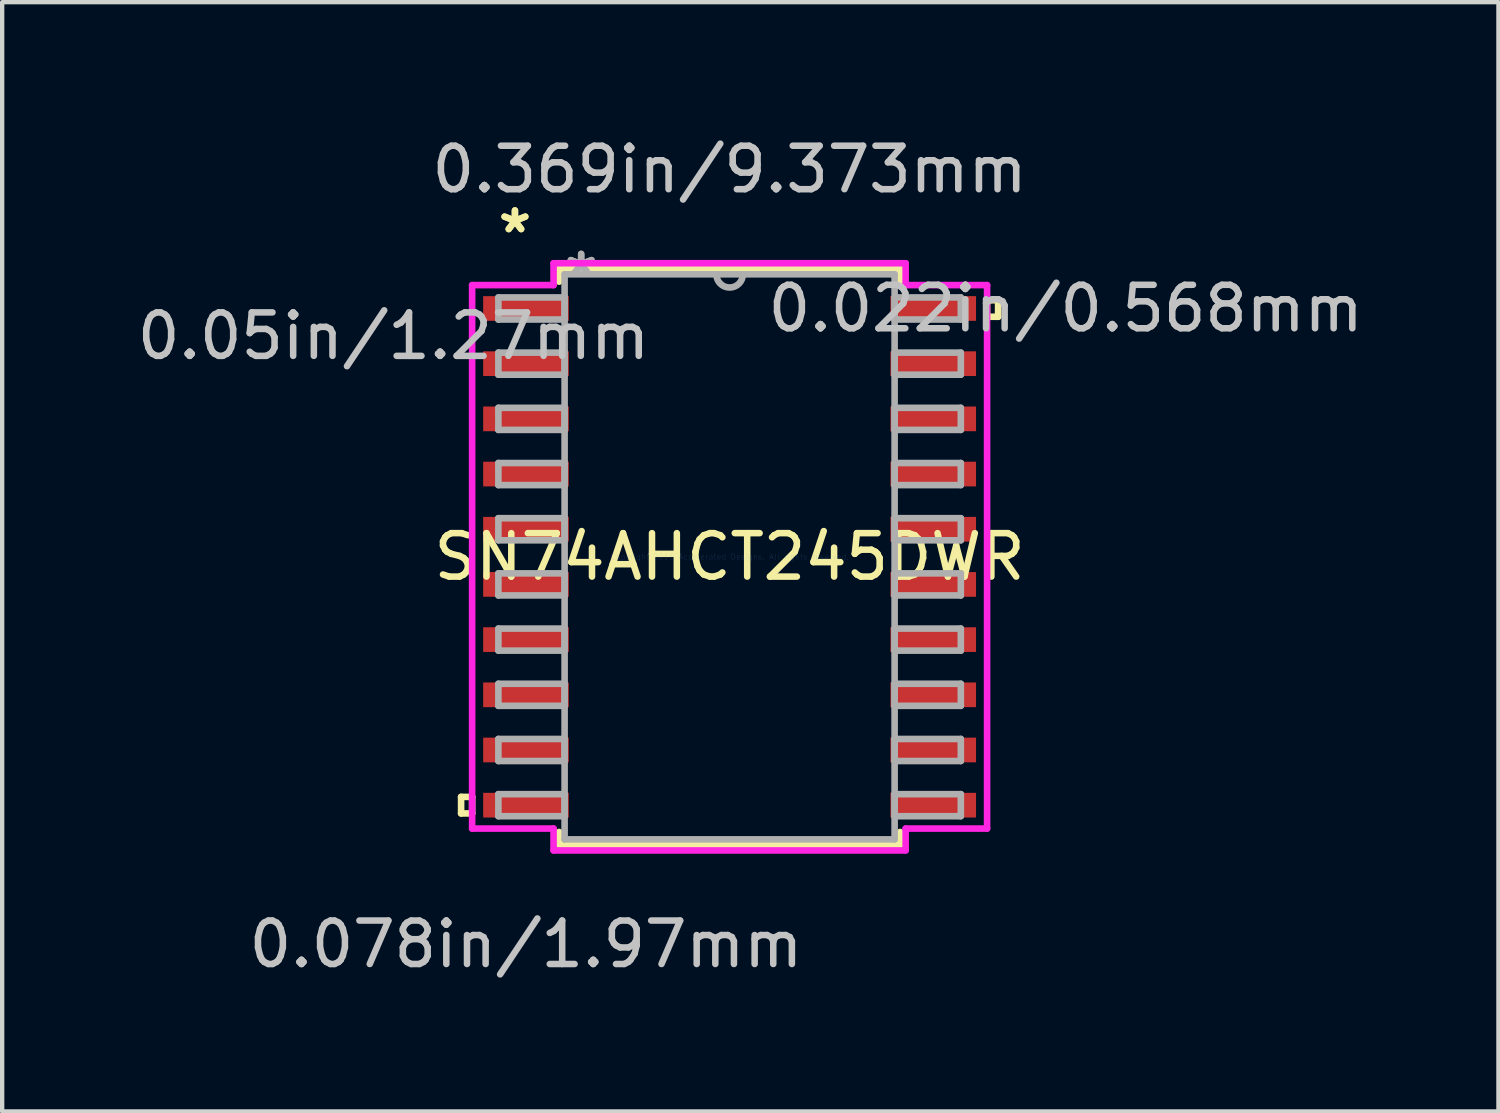
<source format=kicad_pcb>
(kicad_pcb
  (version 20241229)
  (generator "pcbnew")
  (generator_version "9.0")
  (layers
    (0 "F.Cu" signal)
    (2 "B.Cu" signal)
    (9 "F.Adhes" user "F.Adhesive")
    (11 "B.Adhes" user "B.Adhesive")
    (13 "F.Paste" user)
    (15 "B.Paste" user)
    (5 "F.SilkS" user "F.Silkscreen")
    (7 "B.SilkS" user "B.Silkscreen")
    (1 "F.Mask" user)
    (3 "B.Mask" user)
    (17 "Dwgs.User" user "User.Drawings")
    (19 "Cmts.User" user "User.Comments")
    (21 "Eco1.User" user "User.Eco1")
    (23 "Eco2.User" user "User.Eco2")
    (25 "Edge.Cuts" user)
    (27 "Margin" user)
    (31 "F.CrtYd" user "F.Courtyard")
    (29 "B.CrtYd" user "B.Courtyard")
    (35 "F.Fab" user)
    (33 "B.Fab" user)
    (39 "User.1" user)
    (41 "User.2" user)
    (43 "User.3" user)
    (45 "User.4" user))
  (footprint "SN74AHCT245DWR"
    (layer "F.Cu")
    (at 13.74 9.764)
    (property "Reference" "SN74AHCT245DWR" (at 0 0 0) (layer "F.SilkS") (effects (font (size 1 1) (thickness 0.15))))
    (attr through_hole)
    (fp_line (start -6.179 5.524) (end -6.179 5.905) (stroke (width 0.152) (type solid)) (layer "F.SilkS"))
    (fp_line (start -6.179 5.905) (end -5.925 5.905) (stroke (width 0.152) (type solid)) (layer "F.SilkS"))
    (fp_line (start -5.925 5.524) (end -6.179 5.524) (stroke (width 0.152) (type solid)) (layer "F.SilkS"))
    (fp_line (start -5.925 5.905) (end -5.925 5.524) (stroke (width 0.152) (type solid)) (layer "F.SilkS"))
    (fp_line (start -3.924 -6.629) (end -3.924 -6.332) (stroke (width 0.152) (type solid)) (layer "F.SilkS"))
    (fp_line (start -3.924 6.332) (end -3.924 6.629) (stroke (width 0.152) (type solid)) (layer "F.SilkS"))
    (fp_line (start -3.924 6.629) (end 3.924 6.629) (stroke (width 0.152) (type solid)) (layer "F.SilkS"))
    (fp_line (start 3.924 -6.629) (end -3.924 -6.629) (stroke (width 0.152) (type solid)) (layer "F.SilkS"))
    (fp_line (start 3.924 -6.332) (end 3.924 -6.629) (stroke (width 0.152) (type solid)) (layer "F.SilkS"))
    (fp_line (start 3.924 6.629) (end 3.924 6.332) (stroke (width 0.152) (type solid)) (layer "F.SilkS"))
    (fp_line (start 5.925 -5.905) (end 6.179 -5.905) (stroke (width 0.152) (type solid)) (layer "F.SilkS"))
    (fp_line (start 5.925 -5.524) (end 5.925 -5.905) (stroke (width 0.152) (type solid)) (layer "F.SilkS"))
    (fp_line (start 6.179 -5.905) (end 6.179 -5.524) (stroke (width 0.152) (type solid)) (layer "F.SilkS"))
    (fp_line (start 6.179 -5.524) (end 5.925 -5.524) (stroke (width 0.152) (type solid)) (layer "F.SilkS"))
    (fp_line (start -5.925 -6.253) (end -4.051 -6.253) (stroke (width 0.152) (type solid)) (layer "F.CrtYd"))
    (fp_line (start -5.925 6.253) (end -5.925 -6.253) (stroke (width 0.152) (type solid)) (layer "F.CrtYd"))
    (fp_line (start -4.051 -6.756) (end 4.051 -6.756) (stroke (width 0.152) (type solid)) (layer "F.CrtYd"))
    (fp_line (start -4.051 -6.253) (end -4.051 -6.756) (stroke (width 0.152) (type solid)) (layer "F.CrtYd"))
    (fp_line (start -4.051 6.253) (end -5.925 6.253) (stroke (width 0.152) (type solid)) (layer "F.CrtYd"))
    (fp_line (start -4.051 6.756) (end -4.051 6.253) (stroke (width 0.152) (type solid)) (layer "F.CrtYd"))
    (fp_line (start 4.051 -6.756) (end 4.051 -6.253) (stroke (width 0.152) (type solid)) (layer "F.CrtYd"))
    (fp_line (start 4.051 -6.253) (end 5.925 -6.253) (stroke (width 0.152) (type solid)) (layer "F.CrtYd"))
    (fp_line (start 4.051 6.253) (end 4.051 6.756) (stroke (width 0.152) (type solid)) (layer "F.CrtYd"))
    (fp_line (start 4.051 6.756) (end -4.051 6.756) (stroke (width 0.152) (type solid)) (layer "F.CrtYd"))
    (fp_line (start 5.925 -6.253) (end 5.925 6.253) (stroke (width 0.152) (type solid)) (layer "F.CrtYd"))
    (fp_line (start 5.925 6.253) (end 4.051 6.253) (stroke (width 0.152) (type solid)) (layer "F.CrtYd"))
    (fp_line (start -5.321 -5.969) (end -5.321 -5.461) (stroke (width 0.152) (type solid)) (layer "F.Fab"))
    (fp_line (start -5.321 -5.461) (end -3.797 -5.461) (stroke (width 0.152) (type solid)) (layer "F.Fab"))
    (fp_line (start -5.321 -4.699) (end -5.321 -4.191) (stroke (width 0.152) (type solid)) (layer "F.Fab"))
    (fp_line (start -5.321 -4.191) (end -3.797 -4.191) (stroke (width 0.152) (type solid)) (layer "F.Fab"))
    (fp_line (start -5.321 -3.429) (end -5.321 -2.921) (stroke (width 0.152) (type solid)) (layer "F.Fab"))
    (fp_line (start -5.321 -2.921) (end -3.797 -2.921) (stroke (width 0.152) (type solid)) (layer "F.Fab"))
    (fp_line (start -5.321 -2.159) (end -5.321 -1.651) (stroke (width 0.152) (type solid)) (layer "F.Fab"))
    (fp_line (start -5.321 -1.651) (end -3.797 -1.651) (stroke (width 0.152) (type solid)) (layer "F.Fab"))
    (fp_line (start -5.321 -0.889) (end -5.321 -0.381) (stroke (width 0.152) (type solid)) (layer "F.Fab"))
    (fp_line (start -5.321 -0.381) (end -3.797 -0.381) (stroke (width 0.152) (type solid)) (layer "F.Fab"))
    (fp_line (start -5.321 0.381) (end -5.321 0.889) (stroke (width 0.152) (type solid)) (layer "F.Fab"))
    (fp_line (start -5.321 0.889) (end -3.797 0.889) (stroke (width 0.152) (type solid)) (layer "F.Fab"))
    (fp_line (start -5.321 1.651) (end -5.321 2.159) (stroke (width 0.152) (type solid)) (layer "F.Fab"))
    (fp_line (start -5.321 2.159) (end -3.797 2.159) (stroke (width 0.152) (type solid)) (layer "F.Fab"))
    (fp_line (start -5.321 2.921) (end -5.321 3.429) (stroke (width 0.152) (type solid)) (layer "F.Fab"))
    (fp_line (start -5.321 3.429) (end -3.797 3.429) (stroke (width 0.152) (type solid)) (layer "F.Fab"))
    (fp_line (start -5.321 4.191) (end -5.321 4.699) (stroke (width 0.152) (type solid)) (layer "F.Fab"))
    (fp_line (start -5.321 4.699) (end -3.797 4.699) (stroke (width 0.152) (type solid)) (layer "F.Fab"))
    (fp_line (start -5.321 5.461) (end -5.321 5.969) (stroke (width 0.152) (type solid)) (layer "F.Fab"))
    (fp_line (start -5.321 5.969) (end -3.797 5.969) (stroke (width 0.152) (type solid)) (layer "F.Fab"))
    (fp_line (start -3.797 -6.502) (end -3.797 6.502) (stroke (width 0.152) (type solid)) (layer "F.Fab"))
    (fp_line (start -3.797 -5.969) (end -5.321 -5.969) (stroke (width 0.152) (type solid)) (layer "F.Fab"))
    (fp_line (start -3.797 -5.461) (end -3.797 -5.969) (stroke (width 0.152) (type solid)) (layer "F.Fab"))
    (fp_line (start -3.797 -4.699) (end -5.321 -4.699) (stroke (width 0.152) (type solid)) (layer "F.Fab"))
    (fp_line (start -3.797 -4.191) (end -3.797 -4.699) (stroke (width 0.152) (type solid)) (layer "F.Fab"))
    (fp_line (start -3.797 -3.429) (end -5.321 -3.429) (stroke (width 0.152) (type solid)) (layer "F.Fab"))
    (fp_line (start -3.797 -2.921) (end -3.797 -3.429) (stroke (width 0.152) (type solid)) (layer "F.Fab"))
    (fp_line (start -3.797 -2.159) (end -5.321 -2.159) (stroke (width 0.152) (type solid)) (layer "F.Fab"))
    (fp_line (start -3.797 -1.651) (end -3.797 -2.159) (stroke (width 0.152) (type solid)) (layer "F.Fab"))
    (fp_line (start -3.797 -0.889) (end -5.321 -0.889) (stroke (width 0.152) (type solid)) (layer "F.Fab"))
    (fp_line (start -3.797 -0.381) (end -3.797 -0.889) (stroke (width 0.152) (type solid)) (layer "F.Fab"))
    (fp_line (start -3.797 0.381) (end -5.321 0.381) (stroke (width 0.152) (type solid)) (layer "F.Fab"))
    (fp_line (start -3.797 0.889) (end -3.797 0.381) (stroke (width 0.152) (type solid)) (layer "F.Fab"))
    (fp_line (start -3.797 1.651) (end -5.321 1.651) (stroke (width 0.152) (type solid)) (layer "F.Fab"))
    (fp_line (start -3.797 2.159) (end -3.797 1.651) (stroke (width 0.152) (type solid)) (layer "F.Fab"))
    (fp_line (start -3.797 2.921) (end -5.321 2.921) (stroke (width 0.152) (type solid)) (layer "F.Fab"))
    (fp_line (start -3.797 3.429) (end -3.797 2.921) (stroke (width 0.152) (type solid)) (layer "F.Fab"))
    (fp_line (start -3.797 4.191) (end -5.321 4.191) (stroke (width 0.152) (type solid)) (layer "F.Fab"))
    (fp_line (start -3.797 4.699) (end -3.797 4.191) (stroke (width 0.152) (type solid)) (layer "F.Fab"))
    (fp_line (start -3.797 5.461) (end -5.321 5.461) (stroke (width 0.152) (type solid)) (layer "F.Fab"))
    (fp_line (start -3.797 5.969) (end -3.797 5.461) (stroke (width 0.152) (type solid)) (layer "F.Fab"))
    (fp_line (start -3.797 6.502) (end 3.797 6.502) (stroke (width 0.152) (type solid)) (layer "F.Fab"))
    (fp_line (start 3.797 -6.502) (end -3.797 -6.502) (stroke (width 0.152) (type solid)) (layer "F.Fab"))
    (fp_line (start 3.797 -5.969) (end 3.797 -5.461) (stroke (width 0.152) (type solid)) (layer "F.Fab"))
    (fp_line (start 3.797 -5.461) (end 5.321 -5.461) (stroke (width 0.152) (type solid)) (layer "F.Fab"))
    (fp_line (start 3.797 -4.699) (end 3.797 -4.191) (stroke (width 0.152) (type solid)) (layer "F.Fab"))
    (fp_line (start 3.797 -4.191) (end 5.321 -4.191) (stroke (width 0.152) (type solid)) (layer "F.Fab"))
    (fp_line (start 3.797 -3.429) (end 3.797 -2.921) (stroke (width 0.152) (type solid)) (layer "F.Fab"))
    (fp_line (start 3.797 -2.921) (end 5.321 -2.921) (stroke (width 0.152) (type solid)) (layer "F.Fab"))
    (fp_line (start 3.797 -2.159) (end 3.797 -1.651) (stroke (width 0.152) (type solid)) (layer "F.Fab"))
    (fp_line (start 3.797 -1.651) (end 5.321 -1.651) (stroke (width 0.152) (type solid)) (layer "F.Fab"))
    (fp_line (start 3.797 -0.889) (end 3.797 -0.381) (stroke (width 0.152) (type solid)) (layer "F.Fab"))
    (fp_line (start 3.797 -0.381) (end 5.321 -0.381) (stroke (width 0.152) (type solid)) (layer "F.Fab"))
    (fp_line (start 3.797 0.381) (end 3.797 0.889) (stroke (width 0.152) (type solid)) (layer "F.Fab"))
    (fp_line (start 3.797 0.889) (end 5.321 0.889) (stroke (width 0.152) (type solid)) (layer "F.Fab"))
    (fp_line (start 3.797 1.651) (end 3.797 2.159) (stroke (width 0.152) (type solid)) (layer "F.Fab"))
    (fp_line (start 3.797 2.159) (end 5.321 2.159) (stroke (width 0.152) (type solid)) (layer "F.Fab"))
    (fp_line (start 3.797 2.921) (end 3.797 3.429) (stroke (width 0.152) (type solid)) (layer "F.Fab"))
    (fp_line (start 3.797 3.429) (end 5.321 3.429) (stroke (width 0.152) (type solid)) (layer "F.Fab"))
    (fp_line (start 3.797 4.191) (end 3.797 4.699) (stroke (width 0.152) (type solid)) (layer "F.Fab"))
    (fp_line (start 3.797 4.699) (end 5.321 4.699) (stroke (width 0.152) (type solid)) (layer "F.Fab"))
    (fp_line (start 3.797 5.461) (end 3.797 5.969) (stroke (width 0.152) (type solid)) (layer "F.Fab"))
    (fp_line (start 3.797 5.969) (end 5.321 5.969) (stroke (width 0.152) (type solid)) (layer "F.Fab"))
    (fp_line (start 3.797 6.502) (end 3.797 -6.502) (stroke (width 0.152) (type solid)) (layer "F.Fab"))
    (fp_line (start 5.321 -5.969) (end 3.797 -5.969) (stroke (width 0.152) (type solid)) (layer "F.Fab"))
    (fp_line (start 5.321 -5.461) (end 5.321 -5.969) (stroke (width 0.152) (type solid)) (layer "F.Fab"))
    (fp_line (start 5.321 -4.699) (end 3.797 -4.699) (stroke (width 0.152) (type solid)) (layer "F.Fab"))
    (fp_line (start 5.321 -4.191) (end 5.321 -4.699) (stroke (width 0.152) (type solid)) (layer "F.Fab"))
    (fp_line (start 5.321 -3.429) (end 3.797 -3.429) (stroke (width 0.152) (type solid)) (layer "F.Fab"))
    (fp_line (start 5.321 -2.921) (end 5.321 -3.429) (stroke (width 0.152) (type solid)) (layer "F.Fab"))
    (fp_line (start 5.321 -2.159) (end 3.797 -2.159) (stroke (width 0.152) (type solid)) (layer "F.Fab"))
    (fp_line (start 5.321 -1.651) (end 5.321 -2.159) (stroke (width 0.152) (type solid)) (layer "F.Fab"))
    (fp_line (start 5.321 -0.889) (end 3.797 -0.889) (stroke (width 0.152) (type solid)) (layer "F.Fab"))
    (fp_line (start 5.321 -0.381) (end 5.321 -0.889) (stroke (width 0.152) (type solid)) (layer "F.Fab"))
    (fp_line (start 5.321 0.381) (end 3.797 0.381) (stroke (width 0.152) (type solid)) (layer "F.Fab"))
    (fp_line (start 5.321 0.889) (end 5.321 0.381) (stroke (width 0.152) (type solid)) (layer "F.Fab"))
    (fp_line (start 5.321 1.651) (end 3.797 1.651) (stroke (width 0.152) (type solid)) (layer "F.Fab"))
    (fp_line (start 5.321 2.159) (end 5.321 1.651) (stroke (width 0.152) (type solid)) (layer "F.Fab"))
    (fp_line (start 5.321 2.921) (end 3.797 2.921) (stroke (width 0.152) (type solid)) (layer "F.Fab"))
    (fp_line (start 5.321 3.429) (end 5.321 2.921) (stroke (width 0.152) (type solid)) (layer "F.Fab"))
    (fp_line (start 5.321 4.191) (end 3.797 4.191) (stroke (width 0.152) (type solid)) (layer "F.Fab"))
    (fp_line (start 5.321 4.699) (end 5.321 4.191) (stroke (width 0.152) (type solid)) (layer "F.Fab"))
    (fp_line (start 5.321 5.461) (end 3.797 5.461) (stroke (width 0.152) (type solid)) (layer "F.Fab"))
    (fp_line (start 5.321 5.969) (end 5.321 5.461) (stroke (width 0.152) (type solid)) (layer "F.Fab"))
    (fp_arc (start 0.3048 -6.5024) (mid 0 -6.1976) (end -0.3048 -6.5024) (stroke (width 0.1524) (type solid)) (layer "F.Fab"))
    (fp_text user "*" (at -4.94 -7.426 0) (layer "F.SilkS") (effects (font (size 1 1) (thickness 0.15))))
    (fp_text user "*" (at -4.94 -7.426 0) (layer "F.SilkS") (effects (font (size 1 1) (thickness 0.15))))
    (fp_text user "0.022in/0.568mm" (at 7.734 -5.715 0) (layer "Dwgs.User") (effects (font (size 1 1) (thickness 0.15))))
    (fp_text user "0.369in/9.373mm" (at 0 -8.915 0) (layer "Dwgs.User") (effects (font (size 1 1) (thickness 0.15))))
    (fp_text user "0.05in/1.27mm" (at -7.734 -5.08 0) (layer "Dwgs.User") (effects (font (size 1 1) (thickness 0.15))))
    (fp_text user "0.078in/1.97mm" (at -4.686 8.915 0) (layer "Dwgs.User") (effects (font (size 1 1) (thickness 0.15))))
    (fp_text user "Copyright 2016 Accelerated Designs. All rights reserved." (at 0 0 0) (layer "Cmts.User") (effects (font (size 0.127 0.127) (thickness 0.002))))
    (fp_text user "*" (at -3.416 -6.426 0) (layer "F.Fab") (effects (font (size 1 1) (thickness 0.15))))
    (fp_text user "*" (at -3.416 -6.426 0) (layer "F.Fab") (effects (font (size 1 1) (thickness 0.15))))
    (pad "1" smd rect (at -4.686 -5.715) (size 1.97 0.568) (layers "F.Cu" "F.Mask" "F.Paste"))
    (pad "2" smd rect (at -4.686 -4.445) (size 1.97 0.568) (layers "F.Cu" "F.Mask" "F.Paste"))
    (pad "3" smd rect (at -4.686 -3.175) (size 1.97 0.568) (layers "F.Cu" "F.Mask" "F.Paste"))
    (pad "4" smd rect (at -4.686 -1.905) (size 1.97 0.568) (layers "F.Cu" "F.Mask" "F.Paste"))
    (pad "5" smd rect (at -4.686 -0.635) (size 1.97 0.568) (layers "F.Cu" "F.Mask" "F.Paste"))
    (pad "6" smd rect (at -4.686 0.635) (size 1.97 0.568) (layers "F.Cu" "F.Mask" "F.Paste"))
    (pad "7" smd rect (at -4.686 1.905) (size 1.97 0.568) (layers "F.Cu" "F.Mask" "F.Paste"))
    (pad "8" smd rect (at -4.686 3.175) (size 1.97 0.568) (layers "F.Cu" "F.Mask" "F.Paste"))
    (pad "9" smd rect (at -4.686 4.445) (size 1.97 0.568) (layers "F.Cu" "F.Mask" "F.Paste"))
    (pad "10" smd rect (at -4.686 5.715) (size 1.97 0.568) (layers "F.Cu" "F.Mask" "F.Paste"))
    (pad "11" smd rect (at 4.686 5.715) (size 1.97 0.568) (layers "F.Cu" "F.Mask" "F.Paste"))
    (pad "12" smd rect (at 4.686 4.445) (size 1.97 0.568) (layers "F.Cu" "F.Mask" "F.Paste"))
    (pad "13" smd rect (at 4.686 3.175) (size 1.97 0.568) (layers "F.Cu" "F.Mask" "F.Paste"))
    (pad "14" smd rect (at 4.686 1.905) (size 1.97 0.568) (layers "F.Cu" "F.Mask" "F.Paste"))
    (pad "15" smd rect (at 4.686 0.635) (size 1.97 0.568) (layers "F.Cu" "F.Mask" "F.Paste"))
    (pad "16" smd rect (at 4.686 -0.635) (size 1.97 0.568) (layers "F.Cu" "F.Mask" "F.Paste"))
    (pad "17" smd rect (at 4.686 -1.905) (size 1.97 0.568) (layers "F.Cu" "F.Mask" "F.Paste"))
    (pad "18" smd rect (at 4.686 -3.175) (size 1.97 0.568) (layers "F.Cu" "F.Mask" "F.Paste"))
    (pad "19" smd rect (at 4.686 -4.445) (size 1.97 0.568) (layers "F.Cu" "F.Mask" "F.Paste"))
    (pad "20" smd rect (at 4.686 -5.715) (size 1.97 0.568) (layers "F.Cu" "F.Mask" "F.Paste")))
  (gr_rect
    (start -3 -3)
    (end 31.433 22.527)
    (stroke (width 0.1) (type default))
    (fill no)
    (layer "Edge.Cuts")))
</source>
